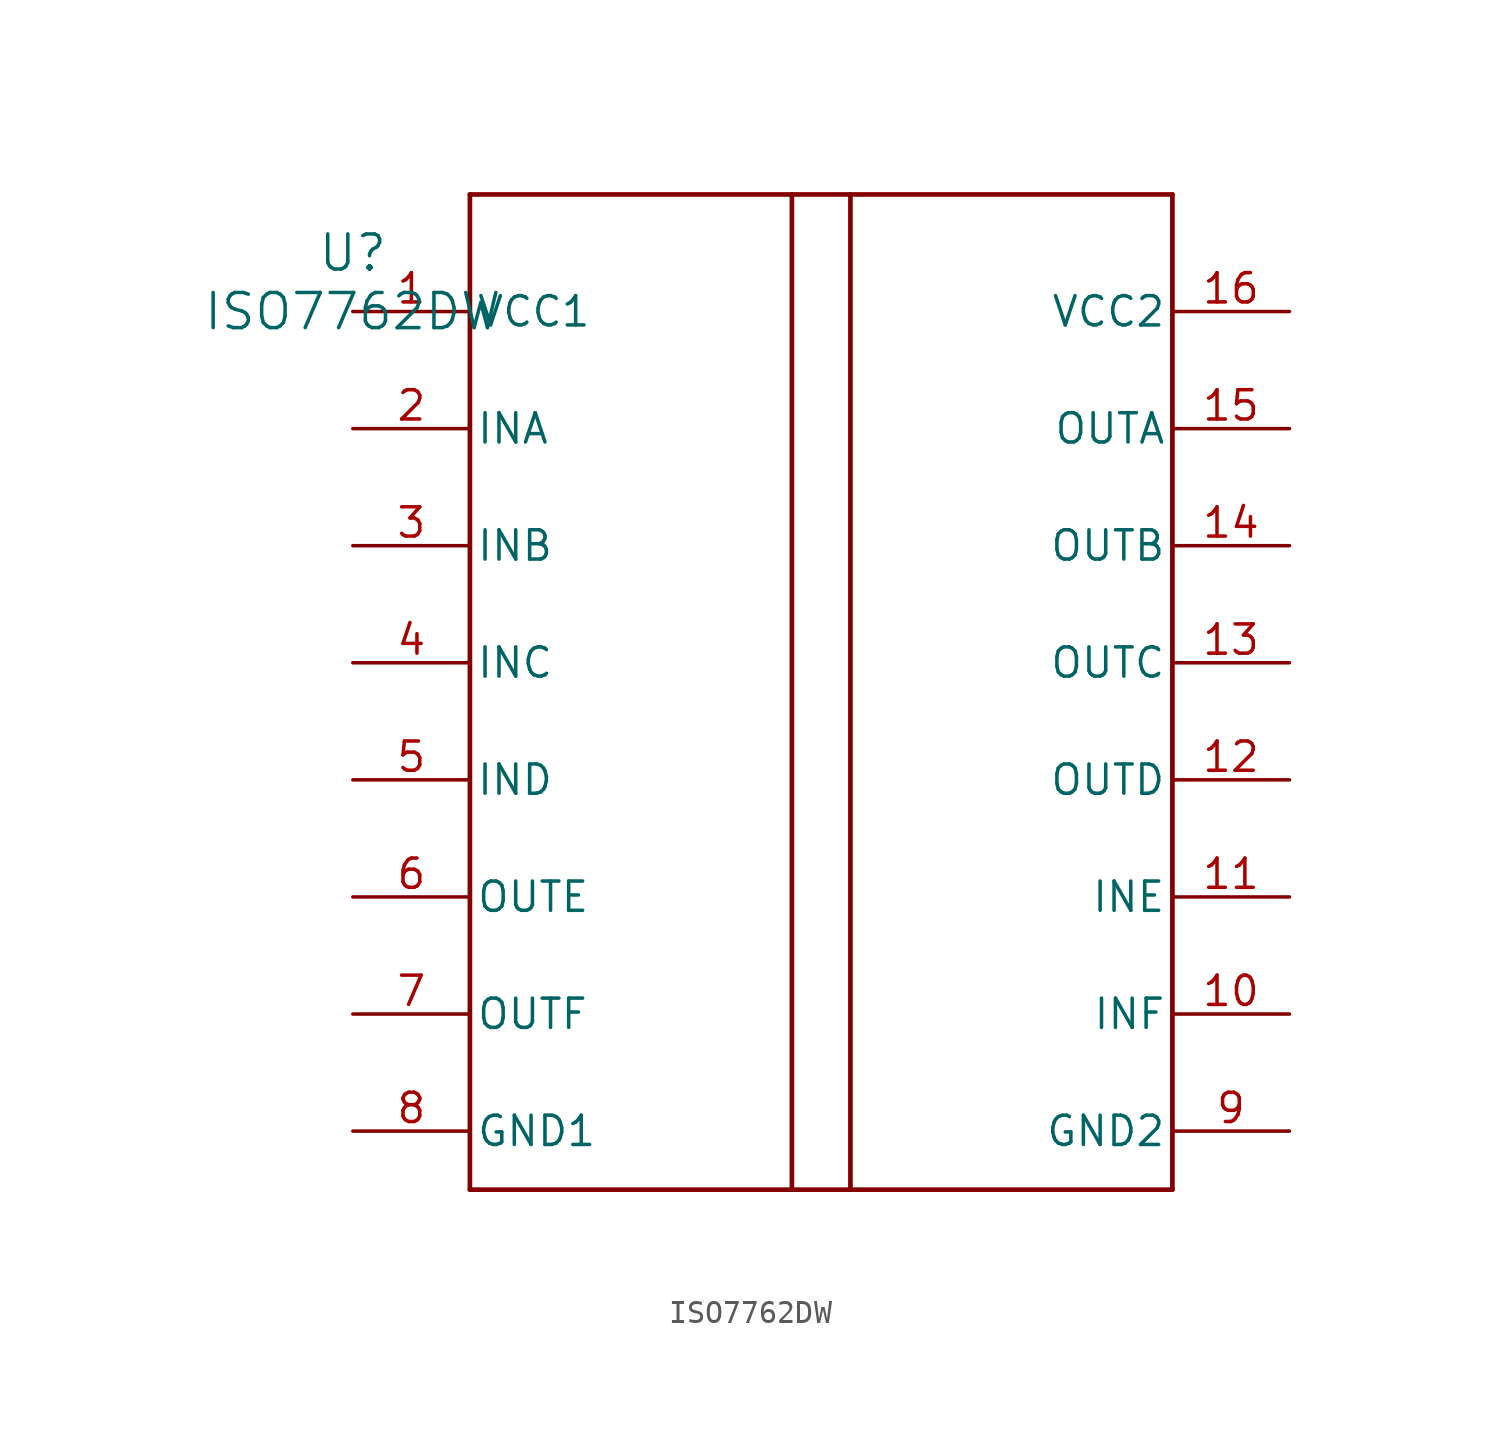
<source format=kicad_sym>
(kicad_symbol_lib
  (version 20211014)
  (generator kicad_symbol_editor)
  (symbol "ISO7762DW"
    (pin_names
      (offset 0.254))
    (property "Reference" "U"
      (at 0 2.54 0)
      (effects (font (size 1.524 1.524))))
    (property "Value" "ISO7762DW"
      (at 0 0 0)
      (effects (font (size 1.524 1.524))))
    (symbol "ISO7762DW_0_1"
      (polyline (pts (xy 5.08 -38.1) (xy 35.56 -38.1)) (stroke (width 0.203) (type default) (color 0 0 0 0)) (fill (type none)))
      (polyline (pts (xy 35.56 -38.1) (xy 35.56 5.08)) (stroke (width 0.203) (type default) (color 0 0 0 0)) (fill (type none)))
      (polyline (pts (xy 35.56 5.08) (xy 5.08 5.08)) (stroke (width 0.203) (type default) (color 0 0 0 0)) (fill (type none)))
      (polyline (pts (xy 5.08 5.08) (xy 5.08 -38.1)) (stroke (width 0.203) (type default) (color 0 0 0 0)) (fill (type none)))
      (polyline (pts (xy 19.05 5.08) (xy 19.05 -38.1)) (stroke (width 0.203) (type default) (color 0 0 0 0)) (fill (type none)))
      (polyline (pts (xy 21.59 5.08) (xy 21.59 -38.1)) (stroke (width 0.203) (type default) (color 0 0 0 0)) (fill (type none)))
      (pin power_in line (at 0 0 0) (length 5.08) (name "VCC1" (effects (font (size 1.27 1.27)))) (number "1" (effects (font (size 1.27 1.27)))))
      (pin input line (at 0 -5.08 0) (length 5.08) (name "INA" (effects (font (size 1.27 1.27)))) (number "2" (effects (font (size 1.27 1.27)))))
      (pin input line (at 0 -10.16 0) (length 5.08) (name "INB" (effects (font (size 1.27 1.27)))) (number "3" (effects (font (size 1.27 1.27)))))
      (pin input line (at 0 -15.24 0) (length 5.08) (name "INC" (effects (font (size 1.27 1.27)))) (number "4" (effects (font (size 1.27 1.27)))))
      (pin input line (at 0 -20.32 0) (length 5.08) (name "IND" (effects (font (size 1.27 1.27)))) (number "5" (effects (font (size 1.27 1.27)))))
      (pin output line (at 0 -25.4 0) (length 5.08) (name "OUTE" (effects (font (size 1.27 1.27)))) (number "6" (effects (font (size 1.27 1.27)))))
      (pin output line (at 0 -30.48 0) (length 5.08) (name "OUTF" (effects (font (size 1.27 1.27)))) (number "7" (effects (font (size 1.27 1.27)))))
      (pin power_in line (at 0 -35.56 0) (length 5.08) (name "GND1" (effects (font (size 1.27 1.27)))) (number "8" (effects (font (size 1.27 1.27)))))
      (pin power_in line (at 40.64 -35.56 180) (length 5.08) (name "GND2" (effects (font (size 1.27 1.27)))) (number "9" (effects (font (size 1.27 1.27)))))
      (pin input line (at 40.64 -30.48 180) (length 5.08) (name "INF" (effects (font (size 1.27 1.27)))) (number "10" (effects (font (size 1.27 1.27)))))
      (pin input line (at 40.64 -25.4 180) (length 5.08) (name "INE" (effects (font (size 1.27 1.27)))) (number "11" (effects (font (size 1.27 1.27)))))
      (pin output line (at 40.64 -20.32 180) (length 5.08) (name "OUTD" (effects (font (size 1.27 1.27)))) (number "12" (effects (font (size 1.27 1.27)))))
      (pin output line (at 40.64 -15.24 180) (length 5.08) (name "OUTC" (effects (font (size 1.27 1.27)))) (number "13" (effects (font (size 1.27 1.27)))))
      (pin output line (at 40.64 -10.16 180) (length 5.08) (name "OUTB" (effects (font (size 1.27 1.27)))) (number "14" (effects (font (size 1.27 1.27)))))
      (pin output line (at 40.64 -5.08 180) (length 5.08) (name "OUTA" (effects (font (size 1.27 1.27)))) (number "15" (effects (font (size 1.27 1.27)))))
      (pin power_in line (at 40.64 0 180) (length 5.08) (name "VCC2" (effects (font (size 1.27 1.27)))) (number "16" (effects (font (size 1.27 1.27))))))))
</source>
